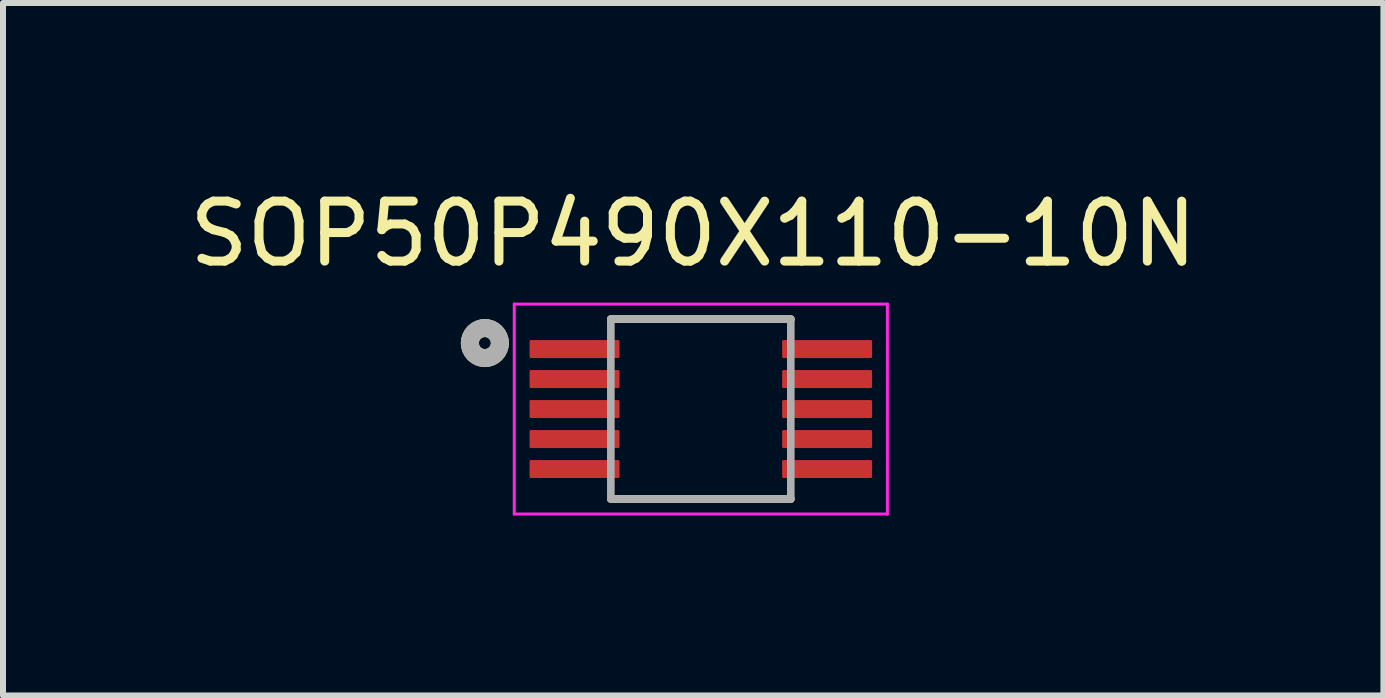
<source format=kicad_pcb>
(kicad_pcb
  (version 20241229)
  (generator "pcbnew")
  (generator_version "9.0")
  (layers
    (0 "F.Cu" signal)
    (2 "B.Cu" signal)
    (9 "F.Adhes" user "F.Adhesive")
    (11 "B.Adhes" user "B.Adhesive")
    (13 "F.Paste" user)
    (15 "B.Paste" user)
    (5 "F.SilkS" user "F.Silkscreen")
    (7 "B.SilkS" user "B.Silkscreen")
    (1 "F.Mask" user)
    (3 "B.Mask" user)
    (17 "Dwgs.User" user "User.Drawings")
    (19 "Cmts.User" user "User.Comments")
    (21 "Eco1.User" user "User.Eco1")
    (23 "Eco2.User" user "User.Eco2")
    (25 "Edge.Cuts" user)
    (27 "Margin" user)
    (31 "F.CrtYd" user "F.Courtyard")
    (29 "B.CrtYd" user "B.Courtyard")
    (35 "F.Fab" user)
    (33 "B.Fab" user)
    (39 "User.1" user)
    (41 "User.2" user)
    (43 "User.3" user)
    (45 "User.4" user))
  (footprint "SOP50P490X110-10N"
    (layer "F.Cu")
    (at 8.633 3.769)
    (property "Reference" "SOP50P490X110-10N" (at -0.127 -2.921 0) (layer "F.SilkS") (effects (font (size 1 1) (thickness 0.15))))
    (attr through_hole)
    (fp_line (start -1.5 -1.5) (end 1.5 -1.5) (stroke (width 0.127) (type solid)) (layer "F.SilkS"))
    (fp_line (start 1.5 1.5) (end -1.5 1.5) (stroke (width 0.127) (type solid)) (layer "F.SilkS"))
    (fp_circle (center -3.6 -1.1) (end -3.5 -1.1) (stroke (width 0.3) (type solid)) (fill no) (layer "F.SilkS"))
    (fp_line (start -3.11 -1.75) (end 3.11 -1.75) (stroke (width 0.05) (type solid)) (layer "F.CrtYd"))
    (fp_line (start -3.11 1.75) (end -3.11 -1.75) (stroke (width 0.05) (type solid)) (layer "F.CrtYd"))
    (fp_line (start 3.11 -1.75) (end 3.11 1.75) (stroke (width 0.05) (type solid)) (layer "F.CrtYd"))
    (fp_line (start 3.11 1.75) (end -3.11 1.75) (stroke (width 0.05) (type solid)) (layer "F.CrtYd"))
    (fp_line (start -1.5 -1.5) (end 1.5 -1.5) (stroke (width 0.127) (type solid)) (layer "F.Fab"))
    (fp_line (start -1.5 1.5) (end -1.5 -1.5) (stroke (width 0.127) (type solid)) (layer "F.Fab"))
    (fp_line (start 1.5 -1.5) (end 1.5 1.5) (stroke (width 0.127) (type solid)) (layer "F.Fab"))
    (fp_line (start 1.5 1.5) (end -1.5 1.5) (stroke (width 0.127) (type solid)) (layer "F.Fab"))
    (fp_circle (center -3.6 -1.1) (end -3.5 -1.1) (stroke (width 0.3) (type solid)) (fill no) (layer "F.Fab"))
    (pad "1" smd roundrect (at -2.105 -1) (size 1.5 0.3) (layers "F.Cu" "F.Mask" "F.Paste") (roundrect_rratio 0.07))
    (pad "2" smd roundrect (at -2.105 -0.5) (size 1.5 0.3) (layers "F.Cu" "F.Mask" "F.Paste") (roundrect_rratio 0.07))
    (pad "3" smd roundrect (at -2.105 0) (size 1.5 0.3) (layers "F.Cu" "F.Mask" "F.Paste") (roundrect_rratio 0.07))
    (pad "4" smd roundrect (at -2.105 0.5) (size 1.5 0.3) (layers "F.Cu" "F.Mask" "F.Paste") (roundrect_rratio 0.07))
    (pad "5" smd roundrect (at -2.105 1) (size 1.5 0.3) (layers "F.Cu" "F.Mask" "F.Paste") (roundrect_rratio 0.07))
    (pad "6" smd roundrect (at 2.105 1) (size 1.5 0.3) (layers "F.Cu" "F.Mask" "F.Paste") (roundrect_rratio 0.07))
    (pad "7" smd roundrect (at 2.105 0.5) (size 1.5 0.3) (layers "F.Cu" "F.Mask" "F.Paste") (roundrect_rratio 0.07))
    (pad "8" smd roundrect (at 2.105 0) (size 1.5 0.3) (layers "F.Cu" "F.Mask" "F.Paste") (roundrect_rratio 0.07))
    (pad "9" smd roundrect (at 2.105 -0.5) (size 1.5 0.3) (layers "F.Cu" "F.Mask" "F.Paste") (roundrect_rratio 0.07))
    (pad "10" smd roundrect (at 2.105 -1) (size 1.5 0.3) (layers "F.Cu" "F.Mask" "F.Paste") (roundrect_rratio 0.07)))
  (gr_rect
    (start -3 -3)
    (end 20.012 8.544)
    (stroke (width 0.1) (type default))
    (fill no)
    (layer "Edge.Cuts")))
</source>
